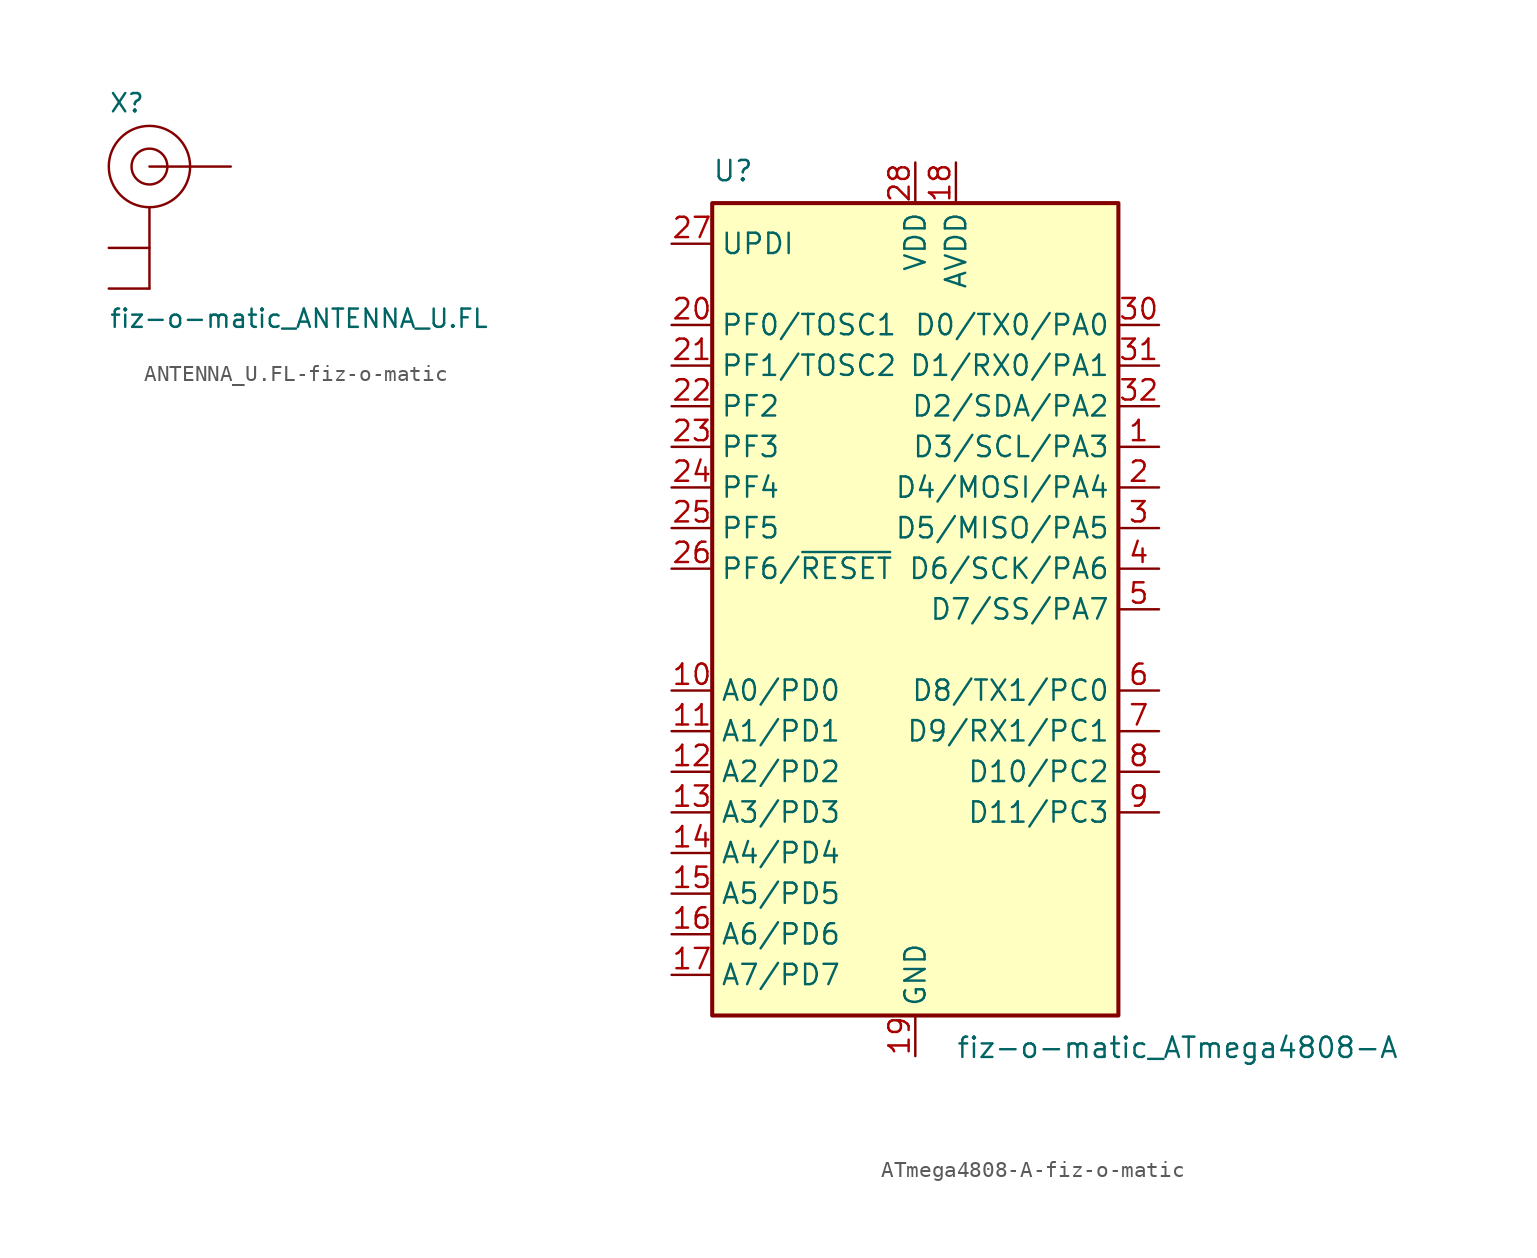
<source format=kicad_sym>
(kicad_symbol_lib
  (version 20220914)
  (generator kicad_symbol_editor)
  (symbol "ANTENNA_U.FL-fiz-o-matic"
    (pin_numbers hide)
    (pin_names
      (offset 1.016) hide)
    (property "Reference" "X"
      (at -2.54 3.302 0)
      (effects (font (size 1.143 1.143)) (justify left bottom)))
    (property "Value" "fiz-o-matic_ANTENNA_U.FL"
      (at -2.54 -10.16 0)
      (effects (font (size 1.143 1.143)) (justify left bottom)))
    (property "ki_locked" ""
      (at 0 0 0)
      (effects (font (size 1.27 1.27))))
    (symbol "ANTENNA_U.FL-fiz-o-matic_1_0"
      (polyline (pts (xy 0 -2.54) (xy 0 -7.62)) (stroke (width 0) (type solid)) (fill (type none))))
    (symbol "ANTENNA_U.FL-fiz-o-matic_1_1"
      (circle (center 0 0) (radius 1.118) (stroke (width 0) (type solid)) (fill (type none)))
      (circle (center 0 0) (radius 2.54) (stroke (width 0) (type solid)) (fill (type none)))
      (pin passive line (at 5.08 0 180) (length 5.08) (name "SIGNAL" (effects (font (size 1.016 1.016)))) (number "1" (effects (font (size 1.016 1.016)))))
      (pin passive line (at -2.54 -7.62 0) (length 2.54) (name "GND" (effects (font (size 1.016 1.016)))) (number "2" (effects (font (size 1.016 1.016)))))
      (pin passive line (at -2.54 -5.08 0) (length 2.54) (name "GND" (effects (font (size 1.016 1.016)))) (number "2" (effects (font (size 1.016 1.016)))))))
  (symbol "ATmega4808-A-fiz-o-matic"
    (property "Reference" "U"
      (at -12.7 26.67 0)
      (effects (font (size 1.27 1.27)) (justify left bottom)))
    (property "Value" "fiz-o-matic_ATmega4808-A"
      (at 2.54 -26.67 0)
      (effects (font (size 1.27 1.27)) (justify left top)))
    (symbol "ATmega4808-A-fiz-o-matic_0_1"
      (rectangle (start -12.7 -25.4) (end 12.7 25.4) (stroke (width 0.254) (type solid)) (fill (type background))))
    (symbol "ATmega4808-A-fiz-o-matic_1_1"
      (pin bidirectional line (at 15.24 10.16 180) (length 2.54) (name "D3/SCL/PA3" (effects (font (size 1.27 1.27)))) (number "1" (effects (font (size 1.27 1.27)))))
      (pin bidirectional line (at -15.24 -5.08 0) (length 2.54) (name "A0/PD0" (effects (font (size 1.27 1.27)))) (number "10" (effects (font (size 1.27 1.27)))))
      (pin bidirectional line (at -15.24 -7.62 0) (length 2.54) (name "A1/PD1" (effects (font (size 1.27 1.27)))) (number "11" (effects (font (size 1.27 1.27)))))
      (pin bidirectional line (at -15.24 -10.16 0) (length 2.54) (name "A2/PD2" (effects (font (size 1.27 1.27)))) (number "12" (effects (font (size 1.27 1.27)))))
      (pin bidirectional line (at -15.24 -12.7 0) (length 2.54) (name "A3/PD3" (effects (font (size 1.27 1.27)))) (number "13" (effects (font (size 1.27 1.27)))))
      (pin bidirectional line (at -15.24 -15.24 0) (length 2.54) (name "A4/PD4" (effects (font (size 1.27 1.27)))) (number "14" (effects (font (size 1.27 1.27)))))
      (pin bidirectional line (at -15.24 -17.78 0) (length 2.54) (name "A5/PD5" (effects (font (size 1.27 1.27)))) (number "15" (effects (font (size 1.27 1.27)))))
      (pin bidirectional line (at -15.24 -20.32 0) (length 2.54) (name "A6/PD6" (effects (font (size 1.27 1.27)))) (number "16" (effects (font (size 1.27 1.27)))))
      (pin bidirectional line (at -15.24 -22.86 0) (length 2.54) (name "A7/PD7" (effects (font (size 1.27 1.27)))) (number "17" (effects (font (size 1.27 1.27)))))
      (pin power_in line (at 2.54 27.94 270) (length 2.54) (name "AVDD" (effects (font (size 1.27 1.27)))) (number "18" (effects (font (size 1.27 1.27)))))
      (pin power_in line (at 0 -27.94 90) (length 2.54) (name "GND" (effects (font (size 1.27 1.27)))) (number "19" (effects (font (size 1.27 1.27)))))
      (pin tri_state line (at 15.24 7.62 180) (length 2.54) (name "D4/MOSI/PA4" (effects (font (size 1.27 1.27)))) (number "2" (effects (font (size 1.27 1.27)))))
      (pin bidirectional line (at -15.24 17.78 0) (length 2.54) (name "PF0/TOSC1" (effects (font (size 1.27 1.27)))) (number "20" (effects (font (size 1.27 1.27)))))
      (pin bidirectional line (at -15.24 15.24 0) (length 2.54) (name "PF1/TOSC2" (effects (font (size 1.27 1.27)))) (number "21" (effects (font (size 1.27 1.27)))))
      (pin bidirectional line (at -15.24 12.7 0) (length 2.54) (name "PF2" (effects (font (size 1.27 1.27)))) (number "22" (effects (font (size 1.27 1.27)))))
      (pin bidirectional line (at -15.24 10.16 0) (length 2.54) (name "PF3" (effects (font (size 1.27 1.27)))) (number "23" (effects (font (size 1.27 1.27)))))
      (pin bidirectional line (at -15.24 7.62 0) (length 2.54) (name "PF4" (effects (font (size 1.27 1.27)))) (number "24" (effects (font (size 1.27 1.27)))))
      (pin bidirectional line (at -15.24 5.08 0) (length 2.54) (name "PF5" (effects (font (size 1.27 1.27)))) (number "25" (effects (font (size 1.27 1.27)))))
      (pin bidirectional line (at -15.24 2.54 0) (length 2.54) (name "PF6/~{RESET}" (effects (font (size 1.27 1.27)))) (number "26" (effects (font (size 1.27 1.27)))))
      (pin bidirectional line (at -15.24 22.86 0) (length 2.54) (name "UPDI" (effects (font (size 1.27 1.27)))) (number "27" (effects (font (size 1.27 1.27)))))
      (pin power_in line (at 0 27.94 270) (length 2.54) (name "VDD" (effects (font (size 1.27 1.27)))) (number "28" (effects (font (size 1.27 1.27)))))
      (pin passive line (at 0 -27.94 90) (length 2.54) hide (name "GND" (effects (font (size 1.27 1.27)))) (number "29" (effects (font (size 1.27 1.27)))))
      (pin bidirectional line (at 15.24 5.08 180) (length 2.54) (name "D5/MISO/PA5" (effects (font (size 1.27 1.27)))) (number "3" (effects (font (size 1.27 1.27)))))
      (pin bidirectional line (at 15.24 17.78 180) (length 2.54) (name "D0/TX0/PA0" (effects (font (size 1.27 1.27)))) (number "30" (effects (font (size 1.27 1.27)))))
      (pin bidirectional line (at 15.24 15.24 180) (length 2.54) (name "D1/RX0/PA1" (effects (font (size 1.27 1.27)))) (number "31" (effects (font (size 1.27 1.27)))))
      (pin bidirectional line (at 15.24 12.7 180) (length 2.54) (name "D2/SDA/PA2" (effects (font (size 1.27 1.27)))) (number "32" (effects (font (size 1.27 1.27)))))
      (pin bidirectional line (at 15.24 2.54 180) (length 2.54) (name "D6/SCK/PA6" (effects (font (size 1.27 1.27)))) (number "4" (effects (font (size 1.27 1.27)))))
      (pin bidirectional line (at 15.24 0 180) (length 2.54) (name "D7/SS/PA7" (effects (font (size 1.27 1.27)))) (number "5" (effects (font (size 1.27 1.27)))))
      (pin bidirectional line (at 15.24 -5.08 180) (length 2.54) (name "D8/TX1/PC0" (effects (font (size 1.27 1.27)))) (number "6" (effects (font (size 1.27 1.27)))))
      (pin bidirectional line (at 15.24 -7.62 180) (length 2.54) (name "D9/RX1/PC1" (effects (font (size 1.27 1.27)))) (number "7" (effects (font (size 1.27 1.27)))))
      (pin bidirectional line (at 15.24 -10.16 180) (length 2.54) (name "D10/PC2" (effects (font (size 1.27 1.27)))) (number "8" (effects (font (size 1.27 1.27)))))
      (pin bidirectional line (at 15.24 -12.7 180) (length 2.54) (name "D11/PC3" (effects (font (size 1.27 1.27)))) (number "9" (effects (font (size 1.27 1.27))))))))
</source>
